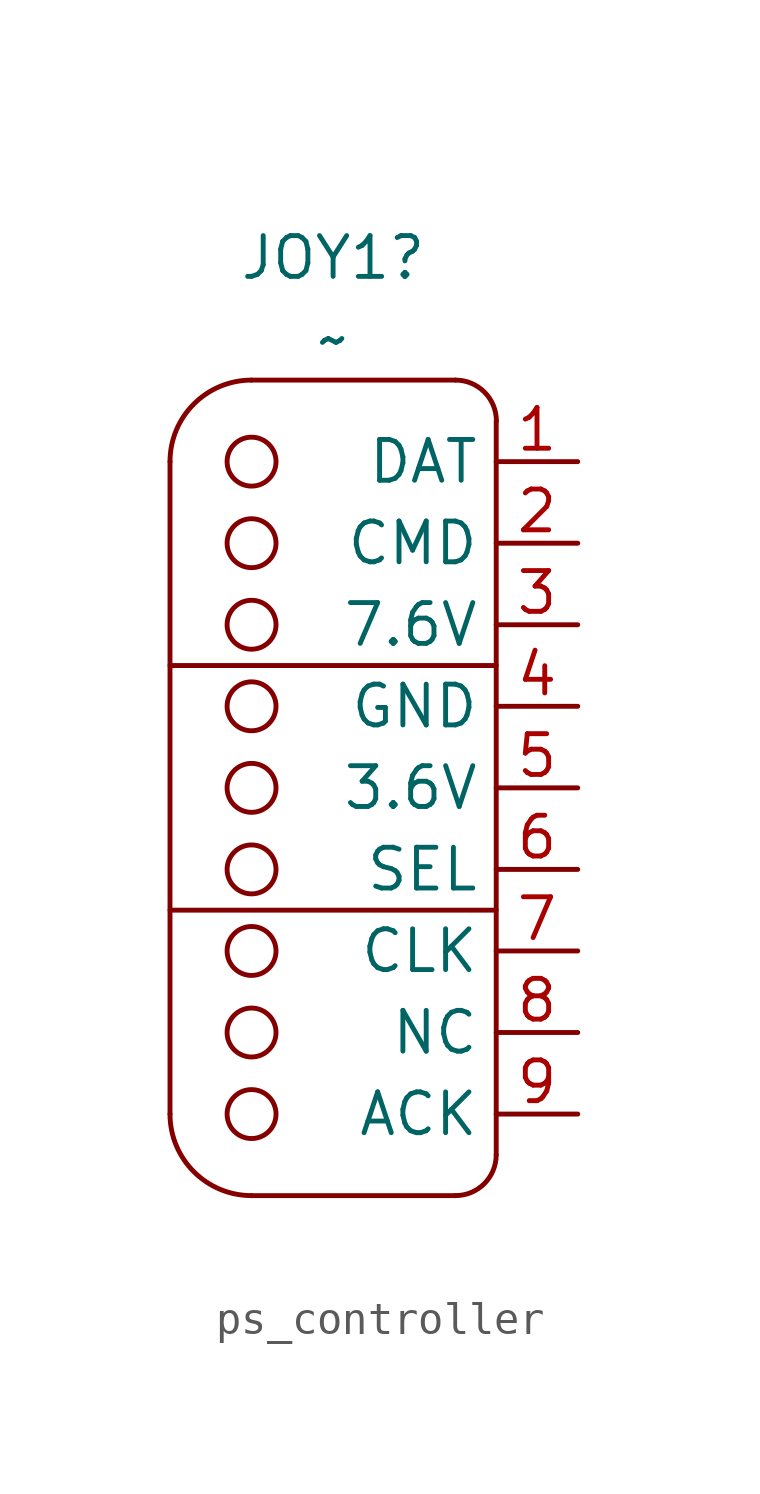
<source format=kicad_sym>
(kicad_symbol_lib
  (version 20231120)
  (generator "kicad_symbol_editor")
  (generator_version "8.0")
  (symbol "ps_controller"
    (property "Reference" "JOY1"
      (at 0 16.51 0)
      (effects (font (size 1.27 1.27))))
    (property "Value" "~"
      (at 0 13.97 0)
      (effects (font (size 1.27 1.27))))
    (symbol "ps_controller_0_1"
      (arc (start -5.08 -10.16) (mid -4.3361 -11.9561) (end -2.54 -12.7) (stroke (width 0) (type default)) (fill (type none)))
      (circle (center -2.54 -10.16) (radius 0.762) (stroke (width 0) (type default)) (fill (type none)))
      (circle (center -2.54 -7.62) (radius 0.762) (stroke (width 0) (type default)) (fill (type none)))
      (circle (center -2.54 -5.08) (radius 0.762) (stroke (width 0) (type default)) (fill (type none)))
      (circle (center -2.54 -2.54) (radius 0.762) (stroke (width 0) (type default)) (fill (type none)))
      (circle (center -2.54 0) (radius 0.762) (stroke (width 0) (type default)) (fill (type none)))
      (circle (center -2.54 2.54) (radius 0.762) (stroke (width 0) (type default)) (fill (type none)))
      (circle (center -2.54 5.08) (radius 0.762) (stroke (width 0) (type default)) (fill (type none)))
      (circle (center -2.54 7.62) (radius 0.762) (stroke (width 0) (type default)) (fill (type none)))
      (circle (center -2.54 10.16) (radius 0.762) (stroke (width 0) (type default)) (fill (type none)))
      (arc (start -2.5399 12.6999) (mid -4.336 11.956) (end -5.0799 10.1599) (stroke (width 0) (type default)) (fill (type none)))
      (polyline (pts (xy -5.08 -3.81) (xy 5.08 -3.81)) (stroke (width 0) (type default)) (fill (type none)))
      (polyline (pts (xy -5.08 3.81) (xy 5.08 3.81)) (stroke (width 0) (type default)) (fill (type none)))
      (polyline (pts (xy -5.08 10.16) (xy -5.08 -10.16)) (stroke (width 0) (type default)) (fill (type none)))
      (polyline (pts (xy -2.54 -12.7) (xy 3.81 -12.7)) (stroke (width 0) (type default)) (fill (type none)))
      (polyline (pts (xy 3.81 12.7) (xy -2.54 12.7)) (stroke (width 0) (type default)) (fill (type none)))
      (polyline (pts (xy 5.08 -11.43) (xy 5.08 11.43)) (stroke (width 0) (type default)) (fill (type none)))
      (arc (start 3.81 -12.7) (mid 4.708 -12.328) (end 5.08 -11.43) (stroke (width 0) (type default)) (fill (type none)))
      (arc (start 5.08 11.43) (mid 4.708 12.328) (end 3.81 12.7) (stroke (width 0) (type default)) (fill (type none))))
    (symbol "ps_controller_1_1"
      (pin bidirectional line (at 7.62 10.16 180) (length 2.54) (name "DAT" (effects (font (size 1.27 1.27)))) (number "1" (effects (font (size 1.27 1.27)))))
      (pin bidirectional line (at 7.62 7.62 180) (length 2.54) (name "CMD" (effects (font (size 1.27 1.27)))) (number "2" (effects (font (size 1.27 1.27)))))
      (pin bidirectional line (at 7.62 5.08 180) (length 2.54) (name "7.6V" (effects (font (size 1.27 1.27)))) (number "3" (effects (font (size 1.27 1.27)))))
      (pin bidirectional line (at 7.62 2.54 180) (length 2.54) (name "GND" (effects (font (size 1.27 1.27)))) (number "4" (effects (font (size 1.27 1.27)))))
      (pin bidirectional line (at 7.62 0 180) (length 2.54) (name "3.6V" (effects (font (size 1.27 1.27)))) (number "5" (effects (font (size 1.27 1.27)))))
      (pin bidirectional line (at 7.62 -2.54 180) (length 2.54) (name "SEL" (effects (font (size 1.27 1.27)))) (number "6" (effects (font (size 1.27 1.27)))))
      (pin bidirectional line (at 7.62 -5.08 180) (length 2.54) (name "CLK" (effects (font (size 1.27 1.27)))) (number "7" (effects (font (size 1.27 1.27)))))
      (pin bidirectional line (at 7.62 -7.62 180) (length 2.54) (name "NC" (effects (font (size 1.27 1.27)))) (number "8" (effects (font (size 1.27 1.27)))))
      (pin bidirectional line (at 7.62 -10.16 180) (length 2.54) (name "ACK" (effects (font (size 1.27 1.27)))) (number "9" (effects (font (size 1.27 1.27))))))))
</source>
